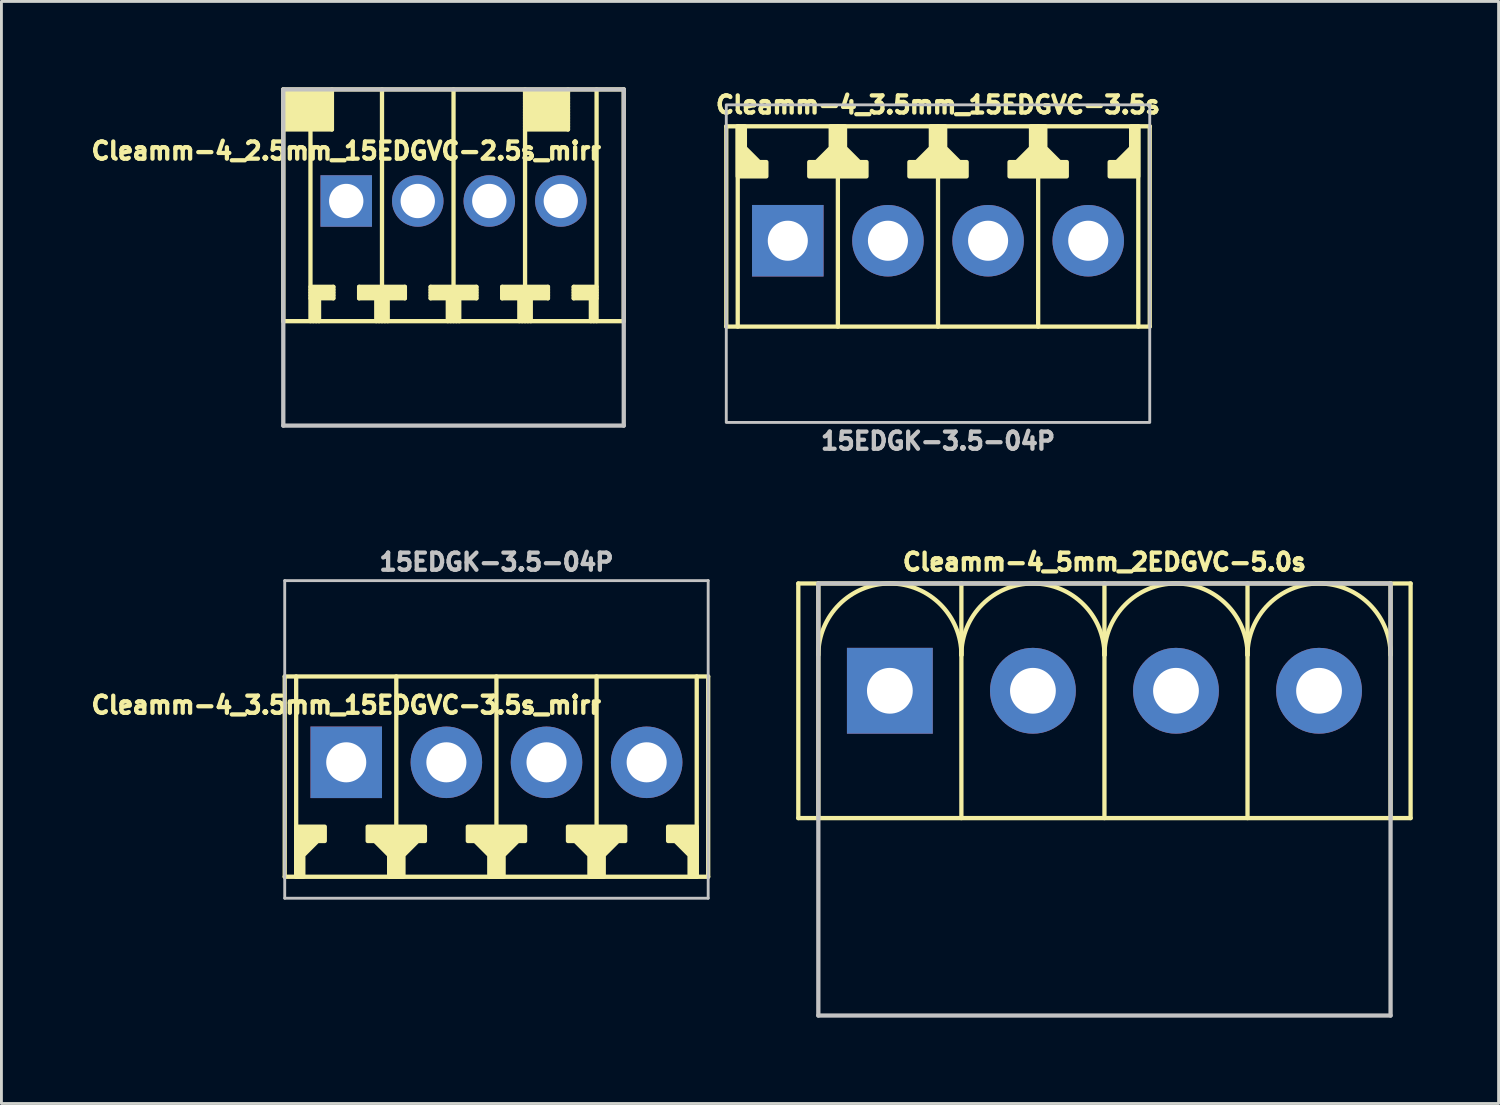
<source format=kicad_pcb>
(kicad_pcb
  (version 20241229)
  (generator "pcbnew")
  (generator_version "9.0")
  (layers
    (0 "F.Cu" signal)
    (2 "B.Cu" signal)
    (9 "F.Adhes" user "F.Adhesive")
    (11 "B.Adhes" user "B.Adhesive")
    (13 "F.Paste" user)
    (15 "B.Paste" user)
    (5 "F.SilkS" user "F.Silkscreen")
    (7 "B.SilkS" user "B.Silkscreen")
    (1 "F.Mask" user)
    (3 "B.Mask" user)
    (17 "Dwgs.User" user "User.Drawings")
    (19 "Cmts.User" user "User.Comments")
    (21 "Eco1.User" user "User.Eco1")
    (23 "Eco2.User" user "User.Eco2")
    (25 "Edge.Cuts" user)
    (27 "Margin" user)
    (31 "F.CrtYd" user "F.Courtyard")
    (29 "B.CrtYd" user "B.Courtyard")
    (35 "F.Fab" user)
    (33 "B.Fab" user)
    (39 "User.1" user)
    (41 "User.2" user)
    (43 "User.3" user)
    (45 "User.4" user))
  (footprint "Cleamm-4_5mm_2EDGVC-5.0s"
    (layer "F.Cu")
    (at 35.551 21.093)
    (property "Reference" "Cleamm-4_5mm_2EDGVC-5.0s" (at 0 -4.5 0) (layer "F.SilkS") (effects (font (size 0.6 0.6) (thickness 0.15))))
    (attr through_hole)
    (fp_line (start -10.7 -3.75) (end -10.7 4.45) (stroke (width 0.15) (type solid)) (layer "F.SilkS"))
    (fp_line (start -10 -3.75) (end -10 4.45) (stroke (width 0.15) (type solid)) (layer "F.SilkS"))
    (fp_line (start -5 -3.75) (end -5 4.45) (stroke (width 0.15) (type solid)) (layer "F.SilkS"))
    (fp_line (start 0 4.45) (end 0 -3.75) (stroke (width 0.15) (type solid)) (layer "F.SilkS"))
    (fp_line (start 5 -3.75) (end 5 4.45) (stroke (width 0.15) (type solid)) (layer "F.SilkS"))
    (fp_line (start 10 4.45) (end 10 -3.75) (stroke (width 0.15) (type solid)) (layer "F.SilkS"))
    (fp_line (start 10.7 -3.75) (end -10.7 -3.75) (stroke (width 0.15) (type solid)) (layer "F.SilkS"))
    (fp_line (start 10.7 -3.75) (end 10.7 4.45) (stroke (width 0.15) (type solid)) (layer "F.SilkS"))
    (fp_line (start 10.7 4.45) (end -10.7 4.45) (stroke (width 0.15) (type solid)) (layer "F.SilkS"))
    (fp_arc (start -10 -1.25) (mid -7.5 -3.75) (end -5 -1.25) (stroke (width 0.15) (type solid)) (layer "F.SilkS"))
    (fp_arc (start -5 -1.25) (mid -2.5 -3.75) (end 0 -1.25) (stroke (width 0.15) (type solid)) (layer "F.SilkS"))
    (fp_arc (start 0 -1.25) (mid 2.5 -3.75) (end 5 -1.25) (stroke (width 0.15) (type solid)) (layer "F.SilkS"))
    (fp_arc (start 5 -1.25) (mid 7.5 -3.75) (end 10 -1.25) (stroke (width 0.15) (type solid)) (layer "F.SilkS"))
    (fp_line (start -10 -3.75) (end -10 11.35) (stroke (width 0.15) (type solid)) (layer "Dwgs.User"))
    (fp_line (start -10 -3.75) (end 10 -3.75) (stroke (width 0.15) (type solid)) (layer "Dwgs.User"))
    (fp_line (start 10 11.35) (end -10 11.35) (stroke (width 0.15) (type solid)) (layer "Dwgs.User"))
    (fp_line (start 10 11.35) (end 10 -3.75) (stroke (width 0.15) (type solid)) (layer "Dwgs.User"))
    (pad "1" thru_hole rect (at -7.5 0) (size 3 3) (drill 1.6) (layers "*.Cu" "*.Mask"))
    (pad "2" thru_hole circle (at -2.5 0) (size 3 3) (drill 1.6) (layers "*.Cu" "*.Mask"))
    (pad "3" thru_hole circle (at 2.5 0) (size 3 3) (drill 1.6) (layers "*.Cu" "*.Mask"))
    (pad "4" thru_hole circle (at 7.5 0) (size 3 3) (drill 1.6) (layers "*.Cu" "*.Mask")))
  (footprint "Cleamm-4_3.5mm_15EDGVC-3.5s"
    (layer "F.Cu")
    (at 29.734 5.364)
    (property "Reference" "Cleamm-4_3.5mm_15EDGVC-3.5s" (at 0 -4.75 0) (layer "F.SilkS") (effects (font (size 0.6 0.6) (thickness 0.15))))
    (attr through_hole)
    (fp_line (start -7.4 -4) (end 7.4 -4) (stroke (width 0.15) (type default)) (layer "F.SilkS"))
    (fp_line (start -7.4 3) (end -7.4 -4) (stroke (width 0.15) (type default)) (layer "F.SilkS"))
    (fp_line (start -7.4 3) (end 7.4 3) (stroke (width 0.15) (type default)) (layer "F.SilkS"))
    (fp_line (start -7 -4) (end -7 3) (stroke (width 0.15) (type solid)) (layer "F.SilkS"))
    (fp_line (start -3.5 3) (end -3.5 -4) (stroke (width 0.15) (type solid)) (layer "F.SilkS"))
    (fp_line (start 0 3) (end 0 -4) (stroke (width 0.15) (type solid)) (layer "F.SilkS"))
    (fp_line (start 3.5 -4) (end 3.5 3) (stroke (width 0.15) (type solid)) (layer "F.SilkS"))
    (fp_line (start 7 3) (end 7 -4) (stroke (width 0.15) (type solid)) (layer "F.SilkS"))
    (fp_line (start 7.4 -4) (end 7.4 3) (stroke (width 0.15) (type default)) (layer "F.SilkS"))
    (fp_poly (pts (xy -7 -2.25) (xy -6 -2.25) (xy -6 -2.75) (xy -6.25 -2.75) (xy -6.75 -3.25) (xy -6.75 -4) (xy -7 -4)) (stroke (width 0.15) (type solid)) (fill yes) (layer "F.SilkS"))
    (fp_poly (pts (xy 7 -2.25) (xy 6 -2.25) (xy 6 -2.75) (xy 6.25 -2.75) (xy 6.75 -3.25) (xy 6.75 -4) (xy 7 -4)) (stroke (width 0.15) (type solid)) (fill yes) (layer "F.SilkS"))
    (fp_poly (pts (xy -3.75 -4) (xy -3.75 -3.25) (xy -4.25 -2.75) (xy -4.5 -2.75) (xy -4.5 -2.25) (xy -2.5 -2.25) (xy -2.5 -2.75) (xy -2.75 -2.75) (xy -3.25 -3.25) (xy -3.25 -4)) (stroke (width 0.15) (type solid)) (fill yes) (layer "F.SilkS"))
    (fp_poly (pts (xy -0.25 -4) (xy -0.25 -3.25) (xy -0.75 -2.75) (xy -1 -2.75) (xy -1 -2.25) (xy 1 -2.25) (xy 1 -2.75) (xy 0.75 -2.75) (xy 0.25 -3.25) (xy 0.25 -4)) (stroke (width 0.15) (type solid)) (fill yes) (layer "F.SilkS"))
    (fp_poly (pts (xy 3.25 -4) (xy 3.25 -3.25) (xy 2.75 -2.75) (xy 2.5 -2.75) (xy 2.5 -2.25) (xy 4.5 -2.25) (xy 4.5 -2.75) (xy 4.25 -2.75) (xy 3.75 -3.25) (xy 3.75 -4)) (stroke (width 0.15) (type solid)) (fill yes) (layer "F.SilkS"))
    (fp_rect (start -7.4 6.35) (end 7.4 -4.75) (stroke (width 0.1) (type default)) (fill no) (layer "Dwgs.User"))
    (fp_text user "15EDGK-3.5-04P" (at 0 7 0) (layer "Dwgs.User") (effects (font (size 0.6 0.6) (thickness 0.15))))
    (pad "1" thru_hole rect (at -5.25 0) (size 2.5 2.5) (drill 1.4) (layers "*.Cu" "*.Mask"))
    (pad "2" thru_hole circle (at -1.75 0) (size 2.5 2.5) (drill 1.4) (layers "*.Cu" "*.Mask"))
    (pad "3" thru_hole circle (at 1.75 0) (size 2.5 2.5) (drill 1.4) (layers "*.Cu" "*.Mask"))
    (pad "4" thru_hole circle (at 5.25 0) (size 2.5 2.5) (drill 1.4) (layers "*.Cu" "*.Mask")))
  (footprint "Cleamm-4_2.5mm_15EDGVC-2.5s_mirr"
    (layer "F.Cu")
    (at 12.801 3.975)
    (property "Reference" "Cleamm-4_2.5mm_15EDGVC-2.5s_mirr" (at -3.75 -1.75 0) (layer "F.SilkS") (effects (font (size 0.6 0.6) (thickness 0.15))))
    (attr through_hole)
    (fp_line (start -5.95 -3.9) (end -5.95 4.2) (stroke (width 0.15) (type solid)) (layer "F.SilkS"))
    (fp_line (start -5.95 -2.5) (end -4.25 -2.5) (stroke (width 0.15) (type solid)) (layer "F.SilkS"))
    (fp_line (start -5.9 -3.7) (end -4.3 -3.7) (stroke (width 0.15) (type solid)) (layer "F.SilkS"))
    (fp_line (start -5.9 -3.5) (end -4.3 -3.5) (stroke (width 0.15) (type solid)) (layer "F.SilkS"))
    (fp_line (start -5.9 -3.3) (end -4.3 -3.3) (stroke (width 0.15) (type solid)) (layer "F.SilkS"))
    (fp_line (start -5.9 -3.1) (end -4.3 -3.1) (stroke (width 0.15) (type solid)) (layer "F.SilkS"))
    (fp_line (start -5.9 -2.9) (end -4.3 -2.9) (stroke (width 0.15) (type solid)) (layer "F.SilkS"))
    (fp_line (start -5.9 -2.7) (end -4.3 -2.7) (stroke (width 0.15) (type solid)) (layer "F.SilkS"))
    (fp_line (start -5 -2.5) (end -5 4.2) (stroke (width 0.15) (type solid)) (layer "F.SilkS"))
    (fp_line (start -5 3.2) (end -4.2 3.2) (stroke (width 0.15) (type solid)) (layer "F.SilkS"))
    (fp_line (start -5 3.3) (end -4.2 3.3) (stroke (width 0.15) (type solid)) (layer "F.SilkS"))
    (fp_line (start -5 3.4) (end -4.2 3.4) (stroke (width 0.15) (type solid)) (layer "F.SilkS"))
    (fp_line (start -4.9 4.2) (end -4.9 3.4) (stroke (width 0.15) (type solid)) (layer "F.SilkS"))
    (fp_line (start -4.8 3.4) (end -4.8 4.2) (stroke (width 0.15) (type solid)) (layer "F.SilkS"))
    (fp_line (start -4.7 4.2) (end -4.7 3.4) (stroke (width 0.15) (type solid)) (layer "F.SilkS"))
    (fp_line (start -4.3 -3.8) (end -5.9 -3.8) (stroke (width 0.15) (type solid)) (layer "F.SilkS"))
    (fp_line (start -4.3 -3.6) (end -5.9 -3.6) (stroke (width 0.15) (type solid)) (layer "F.SilkS"))
    (fp_line (start -4.3 -3.4) (end -5.9 -3.4) (stroke (width 0.15) (type solid)) (layer "F.SilkS"))
    (fp_line (start -4.3 -3.2) (end -5.9 -3.2) (stroke (width 0.15) (type solid)) (layer "F.SilkS"))
    (fp_line (start -4.3 -3) (end -5.9 -3) (stroke (width 0.15) (type solid)) (layer "F.SilkS"))
    (fp_line (start -4.3 -2.8) (end -5.9 -2.8) (stroke (width 0.15) (type solid)) (layer "F.SilkS"))
    (fp_line (start -4.3 -2.6) (end -5.9 -2.6) (stroke (width 0.15) (type solid)) (layer "F.SilkS"))
    (fp_line (start -4.25 -2.5) (end -4.25 -3.9) (stroke (width 0.15) (type solid)) (layer "F.SilkS"))
    (fp_line (start -4.2 3) (end -5 3) (stroke (width 0.15) (type solid)) (layer "F.SilkS"))
    (fp_line (start -4.2 3.1) (end -5 3.1) (stroke (width 0.15) (type solid)) (layer "F.SilkS"))
    (fp_line (start -4.2 3.4) (end -4.2 3) (stroke (width 0.15) (type solid)) (layer "F.SilkS"))
    (fp_line (start -3.3 3) (end -3.3 3.4) (stroke (width 0.15) (type solid)) (layer "F.SilkS"))
    (fp_line (start -3.3 3.2) (end -1.7 3.2) (stroke (width 0.15) (type solid)) (layer "F.SilkS"))
    (fp_line (start -3.3 3.4) (end -2.7 3.4) (stroke (width 0.15) (type solid)) (layer "F.SilkS"))
    (fp_line (start -2.7 4.2) (end -2.7 3.4) (stroke (width 0.15) (type solid)) (layer "F.SilkS"))
    (fp_line (start -2.6 4.2) (end -2.6 3.4) (stroke (width 0.15) (type solid)) (layer "F.SilkS"))
    (fp_line (start -2.5 -3.9) (end -2.5 4.2) (stroke (width 0.15) (type solid)) (layer "F.SilkS"))
    (fp_line (start -2.4 4.2) (end -2.4 3.4) (stroke (width 0.15) (type solid)) (layer "F.SilkS"))
    (fp_line (start -2.3 3.4) (end -1.7 3.4) (stroke (width 0.15) (type solid)) (layer "F.SilkS"))
    (fp_line (start -2.3 4.2) (end -2.3 3.4) (stroke (width 0.15) (type solid)) (layer "F.SilkS"))
    (fp_line (start -1.7 3) (end -3.3 3) (stroke (width 0.15) (type solid)) (layer "F.SilkS"))
    (fp_line (start -1.7 3.1) (end -3.3 3.1) (stroke (width 0.15) (type solid)) (layer "F.SilkS"))
    (fp_line (start -1.7 3.3) (end -3.3 3.3) (stroke (width 0.15) (type solid)) (layer "F.SilkS"))
    (fp_line (start -1.7 3.4) (end -1.7 3) (stroke (width 0.15) (type solid)) (layer "F.SilkS"))
    (fp_line (start -0.8 3) (end -0.8 3.4) (stroke (width 0.15) (type solid)) (layer "F.SilkS"))
    (fp_line (start -0.8 3.2) (end 0.8 3.2) (stroke (width 0.15) (type solid)) (layer "F.SilkS"))
    (fp_line (start -0.8 3.4) (end -0.2 3.4) (stroke (width 0.15) (type solid)) (layer "F.SilkS"))
    (fp_line (start -0.2 4.2) (end -0.2 3.4) (stroke (width 0.15) (type solid)) (layer "F.SilkS"))
    (fp_line (start -0.1 4.2) (end -0.1 3.4) (stroke (width 0.15) (type solid)) (layer "F.SilkS"))
    (fp_line (start 0 -3.9) (end 0 4.2) (stroke (width 0.15) (type solid)) (layer "F.SilkS"))
    (fp_line (start 0.1 4.2) (end 0.1 3.4) (stroke (width 0.15) (type solid)) (layer "F.SilkS"))
    (fp_line (start 0.2 3.4) (end 0.8 3.4) (stroke (width 0.15) (type solid)) (layer "F.SilkS"))
    (fp_line (start 0.2 4.2) (end 0.2 3.4) (stroke (width 0.15) (type solid)) (layer "F.SilkS"))
    (fp_line (start 0.8 3) (end -0.8 3) (stroke (width 0.15) (type solid)) (layer "F.SilkS"))
    (fp_line (start 0.8 3.1) (end -0.8 3.1) (stroke (width 0.15) (type solid)) (layer "F.SilkS"))
    (fp_line (start 0.8 3.3) (end -0.8 3.3) (stroke (width 0.15) (type solid)) (layer "F.SilkS"))
    (fp_line (start 0.8 3.4) (end 0.8 3) (stroke (width 0.15) (type solid)) (layer "F.SilkS"))
    (fp_line (start 1.7 3) (end 1.7 3.4) (stroke (width 0.15) (type solid)) (layer "F.SilkS"))
    (fp_line (start 1.7 3.2) (end 3.3 3.2) (stroke (width 0.15) (type solid)) (layer "F.SilkS"))
    (fp_line (start 1.7 3.4) (end 2.3 3.4) (stroke (width 0.15) (type solid)) (layer "F.SilkS"))
    (fp_line (start 2.3 4.2) (end 2.3 3.4) (stroke (width 0.15) (type solid)) (layer "F.SilkS"))
    (fp_line (start 2.4 4.2) (end 2.4 3.4) (stroke (width 0.15) (type solid)) (layer "F.SilkS"))
    (fp_line (start 2.5 -3.6) (end 4 -3.6) (stroke (width 0.15) (type solid)) (layer "F.SilkS"))
    (fp_line (start 2.5 -3.4) (end 4 -3.4) (stroke (width 0.15) (type solid)) (layer "F.SilkS"))
    (fp_line (start 2.5 -3.2) (end 4 -3.2) (stroke (width 0.15) (type solid)) (layer "F.SilkS"))
    (fp_line (start 2.5 -3) (end 4 -3) (stroke (width 0.15) (type solid)) (layer "F.SilkS"))
    (fp_line (start 2.5 -2.8) (end 4 -2.8) (stroke (width 0.15) (type solid)) (layer "F.SilkS"))
    (fp_line (start 2.5 -2.6) (end 4 -2.6) (stroke (width 0.15) (type solid)) (layer "F.SilkS"))
    (fp_line (start 2.5 4.2) (end 2.5 -3.9) (stroke (width 0.15) (type solid)) (layer "F.SilkS"))
    (fp_line (start 2.6 4.2) (end 2.6 3.4) (stroke (width 0.15) (type solid)) (layer "F.SilkS"))
    (fp_line (start 2.7 3.4) (end 3.3 3.4) (stroke (width 0.15) (type solid)) (layer "F.SilkS"))
    (fp_line (start 2.7 4.2) (end 2.7 3.4) (stroke (width 0.15) (type solid)) (layer "F.SilkS"))
    (fp_line (start 3.3 3) (end 1.7 3) (stroke (width 0.15) (type solid)) (layer "F.SilkS"))
    (fp_line (start 3.3 3.1) (end 1.7 3.1) (stroke (width 0.15) (type solid)) (layer "F.SilkS"))
    (fp_line (start 3.3 3.3) (end 1.7 3.3) (stroke (width 0.15) (type solid)) (layer "F.SilkS"))
    (fp_line (start 3.3 3.4) (end 3.3 3) (stroke (width 0.15) (type solid)) (layer "F.SilkS"))
    (fp_line (start 3.9 -3.7) (end 2.5 -3.7) (stroke (width 0.15) (type solid)) (layer "F.SilkS"))
    (fp_line (start 4 -3.8) (end 2.5 -3.8) (stroke (width 0.15) (type solid)) (layer "F.SilkS"))
    (fp_line (start 4 -3.5) (end 2.5 -3.5) (stroke (width 0.15) (type solid)) (layer "F.SilkS"))
    (fp_line (start 4 -3.3) (end 2.5 -3.3) (stroke (width 0.15) (type solid)) (layer "F.SilkS"))
    (fp_line (start 4 -3.1) (end 2.5 -3.1) (stroke (width 0.15) (type solid)) (layer "F.SilkS"))
    (fp_line (start 4 -2.9) (end 2.5 -2.9) (stroke (width 0.15) (type solid)) (layer "F.SilkS"))
    (fp_line (start 4 -2.7) (end 2.5 -2.7) (stroke (width 0.15) (type solid)) (layer "F.SilkS"))
    (fp_line (start 4 -2.5) (end 2.5 -2.5) (stroke (width 0.15) (type solid)) (layer "F.SilkS"))
    (fp_line (start 4 -2.5) (end 4 -3.9) (stroke (width 0.15) (type solid)) (layer "F.SilkS"))
    (fp_line (start 4.2 3) (end 5 3) (stroke (width 0.15) (type solid)) (layer "F.SilkS"))
    (fp_line (start 4.2 3.1) (end 5 3.1) (stroke (width 0.15) (type solid)) (layer "F.SilkS"))
    (fp_line (start 4.2 3.4) (end 4.2 3) (stroke (width 0.15) (type solid)) (layer "F.SilkS"))
    (fp_line (start 4.8 4.2) (end 4.8 3.4) (stroke (width 0.15) (type solid)) (layer "F.SilkS"))
    (fp_line (start 4.9 4.2) (end 4.9 3.4) (stroke (width 0.15) (type solid)) (layer "F.SilkS"))
    (fp_line (start 5 3.2) (end 4.2 3.2) (stroke (width 0.15) (type solid)) (layer "F.SilkS"))
    (fp_line (start 5 3.3) (end 4.2 3.3) (stroke (width 0.15) (type solid)) (layer "F.SilkS"))
    (fp_line (start 5 3.4) (end 4.2 3.4) (stroke (width 0.15) (type solid)) (layer "F.SilkS"))
    (fp_line (start 5 4.2) (end 5 -3.9) (stroke (width 0.15) (type solid)) (layer "F.SilkS"))
    (fp_line (start 5.95 -3.9) (end -5.95 -3.9) (stroke (width 0.15) (type solid)) (layer "F.SilkS"))
    (fp_line (start 5.95 -3.9) (end 5.95 4.2) (stroke (width 0.15) (type solid)) (layer "F.SilkS"))
    (fp_line (start 5.95 4.2) (end -5.95 4.2) (stroke (width 0.15) (type solid)) (layer "F.SilkS"))
    (fp_line (start -5.95 -3.9) (end -5.95 7.85) (stroke (width 0.15) (type solid)) (layer "Dwgs.User"))
    (fp_line (start -5.95 -3.9) (end 5.95 -3.9) (stroke (width 0.15) (type solid)) (layer "Dwgs.User"))
    (fp_line (start 5.95 7.85) (end -5.95 7.85) (stroke (width 0.15) (type solid)) (layer "Dwgs.User"))
    (fp_line (start 5.95 7.85) (end 5.95 -3.9) (stroke (width 0.15) (type solid)) (layer "Dwgs.User"))
    (pad "1" thru_hole rect (at -3.75 0) (size 1.8 1.8) (drill 1.2) (layers "*.Cu" "*.Mask"))
    (pad "2" thru_hole circle (at -1.25 0) (size 1.8 1.8) (drill 1.2) (layers "*.Cu" "*.Mask"))
    (pad "3" thru_hole circle (at 1.25 0) (size 1.8 1.8) (drill 1.2) (layers "*.Cu" "*.Mask"))
    (pad "4" thru_hole circle (at 3.75 0) (size 1.8 1.8) (drill 1.2) (layers "*.Cu" "*.Mask")))
  (footprint "Cleamm-4_3.5mm_15EDGVC-3.5s_mirr"
    (layer "F.Cu")
    (at 14.301 23.593)
    (property "Reference" "Cleamm-4_3.5mm_15EDGVC-3.5s_mirr" (at -5.25 -2 0) (layer "F.SilkS") (effects (font (size 0.6 0.6) (thickness 0.15))))
    (attr through_hole)
    (fp_line (start -7.4 -3) (end 7.4 -3) (stroke (width 0.15) (type default)) (layer "F.SilkS"))
    (fp_line (start -7.4 4) (end -7.4 -3) (stroke (width 0.15) (type default)) (layer "F.SilkS"))
    (fp_line (start -7 -3) (end -7 4) (stroke (width 0.15) (type solid)) (layer "F.SilkS"))
    (fp_line (start -3.5 4) (end -3.5 -3) (stroke (width 0.15) (type solid)) (layer "F.SilkS"))
    (fp_line (start 0 -3) (end 0 4) (stroke (width 0.15) (type solid)) (layer "F.SilkS"))
    (fp_line (start 3.5 -3) (end 3.5 4) (stroke (width 0.15) (type solid)) (layer "F.SilkS"))
    (fp_line (start 7 4) (end 7 -3) (stroke (width 0.15) (type solid)) (layer "F.SilkS"))
    (fp_line (start 7.4 -3) (end 7.4 4) (stroke (width 0.15) (type default)) (layer "F.SilkS"))
    (fp_line (start 7.4 4) (end -7.4 4) (stroke (width 0.15) (type default)) (layer "F.SilkS"))
    (fp_poly (pts (xy -7 2.25) (xy -6 2.25) (xy -6 2.75) (xy -6.25 2.75) (xy -6.75 3.25) (xy -6.75 4) (xy -7 4)) (stroke (width 0.15) (type solid)) (fill yes) (layer "F.SilkS"))
    (fp_poly (pts (xy 7 2.25) (xy 6 2.25) (xy 6 2.75) (xy 6.25 2.75) (xy 6.75 3.25) (xy 6.75 4) (xy 7 4)) (stroke (width 0.15) (type solid)) (fill yes) (layer "F.SilkS"))
    (fp_poly (pts (xy -3.25 4) (xy -3.25 3.25) (xy -2.75 2.75) (xy -2.5 2.75) (xy -2.5 2.25) (xy -4.5 2.25) (xy -4.5 2.75) (xy -4.25 2.75) (xy -3.75 3.25) (xy -3.75 4)) (stroke (width 0.15) (type solid)) (fill yes) (layer "F.SilkS"))
    (fp_poly (pts (xy 0.25 4) (xy 0.25 3.25) (xy 0.75 2.75) (xy 1 2.75) (xy 1 2.25) (xy -1 2.25) (xy -1 2.75) (xy -0.75 2.75) (xy -0.25 3.25) (xy -0.25 4)) (stroke (width 0.15) (type solid)) (fill yes) (layer "F.SilkS"))
    (fp_poly (pts (xy 3.75 4) (xy 3.75 3.25) (xy 4.25 2.75) (xy 4.5 2.75) (xy 4.5 2.25) (xy 2.5 2.25) (xy 2.5 2.75) (xy 2.75 2.75) (xy 3.25 3.25) (xy 3.25 4)) (stroke (width 0.15) (type solid)) (fill yes) (layer "F.SilkS"))
    (fp_line (start -7.4 -6.35) (end -7.4 4.75) (stroke (width 0.1) (type default)) (layer "Dwgs.User"))
    (fp_line (start -7.4 4.75) (end 7.4 4.75) (stroke (width 0.1) (type default)) (layer "Dwgs.User"))
    (fp_line (start 7.4 -6.35) (end -7.4 -6.35) (stroke (width 0.1) (type default)) (layer "Dwgs.User"))
    (fp_line (start 7.4 4.75) (end 7.4 -6.35) (stroke (width 0.1) (type default)) (layer "Dwgs.User"))
    (fp_text user "15EDGK-3.5-04P" (at 0 -7 0) (layer "Dwgs.User") (effects (font (size 0.6 0.6) (thickness 0.15))))
    (pad "1" thru_hole rect (at -5.25 0) (size 2.5 2.5) (drill 1.4) (layers "*.Cu" "*.Mask"))
    (pad "2" thru_hole circle (at -1.75 0) (size 2.5 2.5) (drill 1.4) (layers "*.Cu" "*.Mask"))
    (pad "3" thru_hole circle (at 1.75 0) (size 2.5 2.5) (drill 1.4) (layers "*.Cu" "*.Mask"))
    (pad "4" thru_hole circle (at 5.25 0) (size 2.5 2.5) (drill 1.4) (layers "*.Cu" "*.Mask")))
  (gr_rect
    (start -3 -3)
    (end 49.326 35.518)
    (stroke (width 0.1) (type default))
    (fill no)
    (layer "Edge.Cuts")))
</source>
